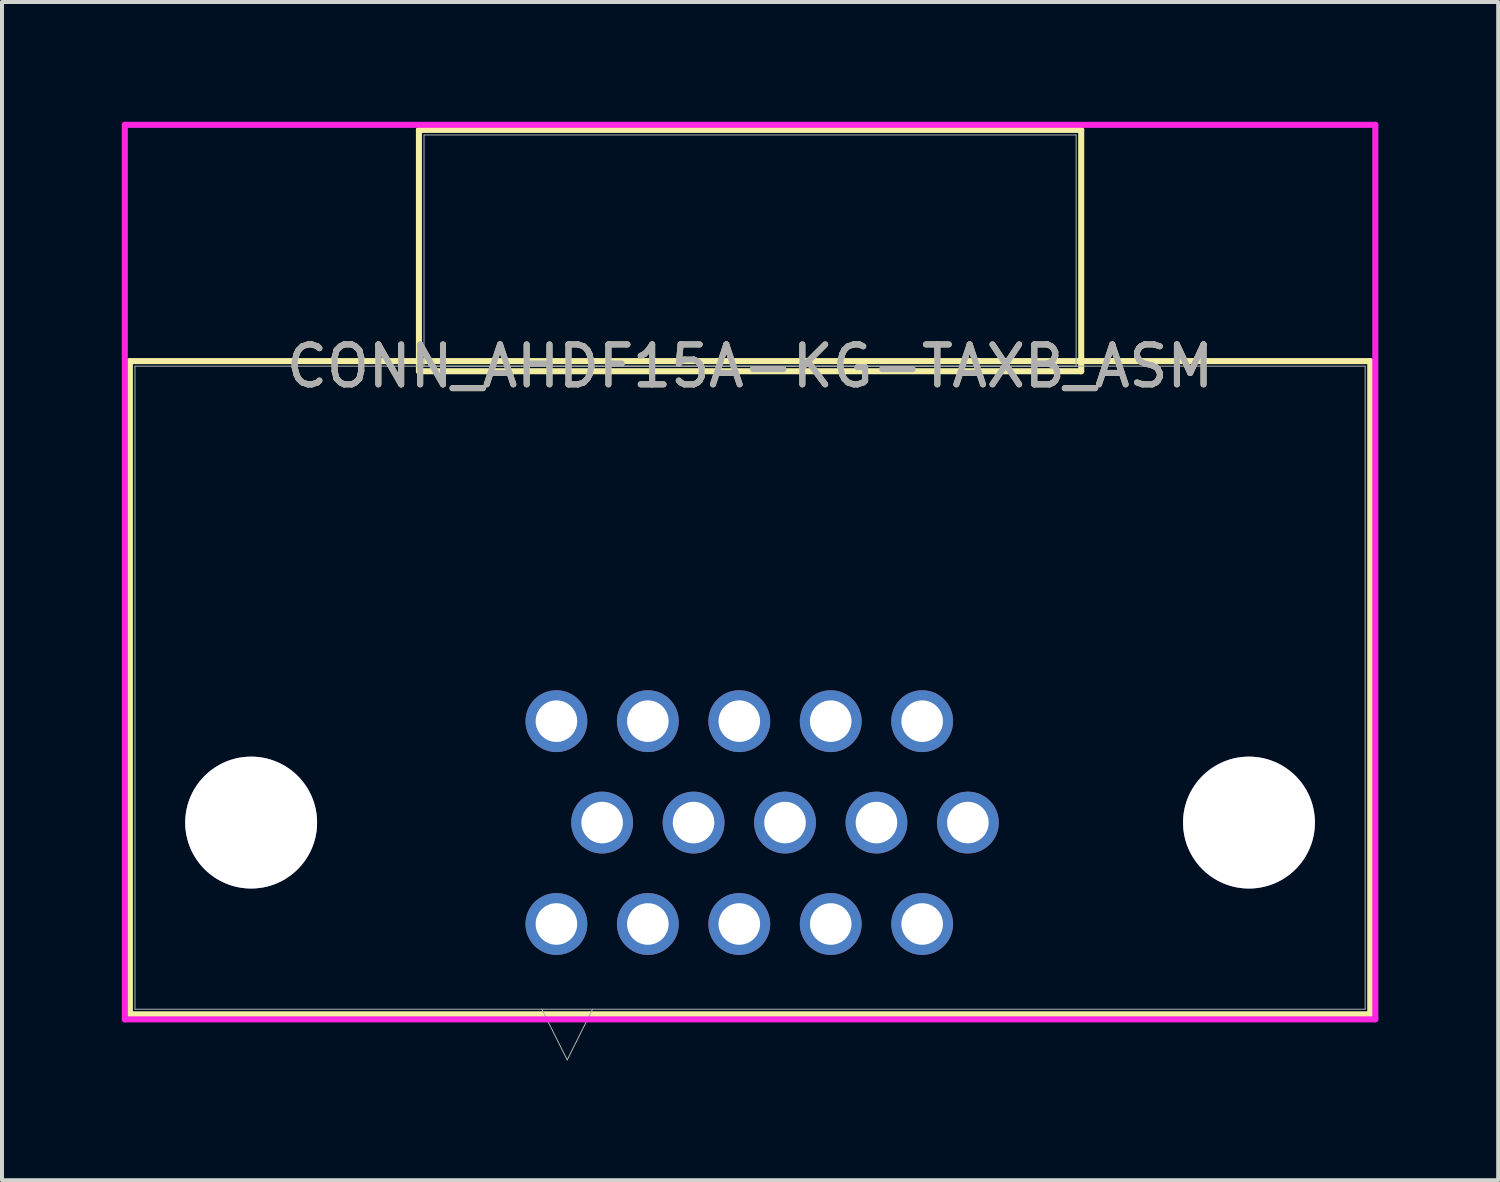
<source format=kicad_pcb>
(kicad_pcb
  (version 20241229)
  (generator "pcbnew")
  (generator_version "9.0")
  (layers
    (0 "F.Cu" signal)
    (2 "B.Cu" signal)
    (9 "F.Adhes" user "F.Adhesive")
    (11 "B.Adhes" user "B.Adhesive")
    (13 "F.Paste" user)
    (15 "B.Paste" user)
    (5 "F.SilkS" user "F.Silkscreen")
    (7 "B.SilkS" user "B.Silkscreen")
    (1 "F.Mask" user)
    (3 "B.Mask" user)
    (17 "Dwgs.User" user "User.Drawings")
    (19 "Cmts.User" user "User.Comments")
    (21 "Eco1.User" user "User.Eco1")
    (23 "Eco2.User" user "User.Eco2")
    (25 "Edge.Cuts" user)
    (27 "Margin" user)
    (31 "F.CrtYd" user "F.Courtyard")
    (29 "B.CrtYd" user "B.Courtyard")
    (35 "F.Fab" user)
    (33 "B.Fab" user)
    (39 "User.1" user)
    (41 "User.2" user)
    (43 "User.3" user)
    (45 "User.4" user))
  (footprint "CONN_AHDF15A-KG-TAXB_ASM"
    (layer "F.Cu")
    (at 15.735 6.121)
    (property "Reference" "CONN_AHDF15A-KG-TAXB_ASM" (at 0 0 0) (unlocked yes) (layer "F.SilkS") (effects (font (size 1 1) (thickness 0.15))))
    (attr through_hole)
    (fp_line (start -15.532 -0.127) (end -15.532 16.231) (stroke (width 0.152) (type solid)) (layer "F.SilkS"))
    (fp_line (start -15.532 16.231) (end 15.532 16.231) (stroke (width 0.152) (type solid)) (layer "F.SilkS"))
    (fp_line (start -8.293 -5.918) (end -8.293 0.127) (stroke (width 0.152) (type solid)) (layer "F.SilkS"))
    (fp_line (start -8.293 0.127) (end 8.293 0.127) (stroke (width 0.152) (type solid)) (layer "F.SilkS"))
    (fp_line (start 8.293 -5.918) (end -8.293 -5.918) (stroke (width 0.152) (type solid)) (layer "F.SilkS"))
    (fp_line (start 8.293 0.127) (end 8.293 -5.918) (stroke (width 0.152) (type solid)) (layer "F.SilkS"))
    (fp_line (start 15.532 -0.127) (end -15.532 -0.127) (stroke (width 0.152) (type solid)) (layer "F.SilkS"))
    (fp_line (start 15.532 16.231) (end 15.532 -0.127) (stroke (width 0.152) (type solid)) (layer "F.SilkS"))
    (fp_line (start -15.659 -6.045) (end -15.659 16.358) (stroke (width 0.152) (type solid)) (layer "F.CrtYd"))
    (fp_line (start -15.659 16.358) (end 15.659 16.358) (stroke (width 0.152) (type solid)) (layer "F.CrtYd"))
    (fp_line (start 15.659 -6.045) (end -15.659 -6.045) (stroke (width 0.152) (type solid)) (layer "F.CrtYd"))
    (fp_line (start 15.659 16.358) (end 15.659 -6.045) (stroke (width 0.152) (type solid)) (layer "F.CrtYd"))
    (fp_line (start -15.405 0) (end -15.405 16.104) (stroke (width 0.025) (type solid)) (layer "F.Fab"))
    (fp_line (start -15.405 16.104) (end 15.405 16.104) (stroke (width 0.025) (type solid)) (layer "F.Fab"))
    (fp_line (start -8.166 -5.791) (end -8.166 0) (stroke (width 0.025) (type solid)) (layer "F.Fab"))
    (fp_line (start -8.166 0) (end 8.166 0) (stroke (width 0.025) (type solid)) (layer "F.Fab"))
    (fp_line (start -5.215 16.104) (end -4.58 17.374) (stroke (width 0.025) (type solid)) (layer "F.Fab"))
    (fp_line (start -3.945 16.104) (end -4.58 17.374) (stroke (width 0.025) (type solid)) (layer "F.Fab"))
    (fp_line (start 8.166 -5.791) (end -8.166 -5.791) (stroke (width 0.025) (type solid)) (layer "F.Fab"))
    (fp_line (start 8.166 0) (end 8.166 -5.791) (stroke (width 0.025) (type solid)) (layer "F.Fab"))
    (fp_line (start 15.405 0) (end -15.405 0) (stroke (width 0.025) (type solid)) (layer "F.Fab"))
    (fp_line (start 15.405 16.104) (end 15.405 0) (stroke (width 0.025) (type solid)) (layer "F.Fab"))
    (fp_text user "${REFERENCE}" (at 0 0 0) (unlocked yes) (layer "F.Fab") (effects (font (size 1 1) (thickness 0.15))))
    (pad "1" thru_hole circle (at -4.85 13.97) (size 1.549 1.549) (drill 1.041) (layers "*.Cu" "*.Mask"))
    (pad "2" thru_hole circle (at -2.56 13.97) (size 1.549 1.549) (drill 1.041) (layers "*.Cu" "*.Mask"))
    (pad "3" thru_hole circle (at -0.27 13.97) (size 1.549 1.549) (drill 1.041) (layers "*.Cu" "*.Mask"))
    (pad "4" thru_hole circle (at 2.02 13.97) (size 1.549 1.549) (drill 1.041) (layers "*.Cu" "*.Mask"))
    (pad "5" thru_hole circle (at 4.31 13.97) (size 1.549 1.549) (drill 1.041) (layers "*.Cu" "*.Mask"))
    (pad "6" thru_hole circle (at -3.705 11.43) (size 1.549 1.549) (drill 1.041) (layers "*.Cu" "*.Mask"))
    (pad "7" thru_hole circle (at -1.415 11.43) (size 1.549 1.549) (drill 1.041) (layers "*.Cu" "*.Mask"))
    (pad "8" thru_hole circle (at 0.875 11.43) (size 1.549 1.549) (drill 1.041) (layers "*.Cu" "*.Mask"))
    (pad "9" thru_hole circle (at 3.165 11.43) (size 1.549 1.549) (drill 1.041) (layers "*.Cu" "*.Mask"))
    (pad "10" thru_hole circle (at 5.455 11.43) (size 1.549 1.549) (drill 1.041) (layers "*.Cu" "*.Mask"))
    (pad "11" thru_hole circle (at -4.85 8.89) (size 1.549 1.549) (drill 1.041) (layers "*.Cu" "*.Mask"))
    (pad "12" thru_hole circle (at -2.56 8.89) (size 1.549 1.549) (drill 1.041) (layers "*.Cu" "*.Mask"))
    (pad "13" thru_hole circle (at -0.27 8.89) (size 1.549 1.549) (drill 1.041) (layers "*.Cu" "*.Mask"))
    (pad "14" thru_hole circle (at 2.02 8.89) (size 1.549 1.549) (drill 1.041) (layers "*.Cu" "*.Mask"))
    (pad "15" thru_hole circle (at 4.31 8.89) (size 1.549 1.549) (drill 1.041) (layers "*.Cu" "*.Mask"))
    (pad "None" thru_hole circle (at -12.495 11.43) (size 3.302 3.302) (drill 3.302) (layers "*.Cu" "*.Mask"))
    (pad "None" thru_hole circle (at 12.495 11.43) (size 3.302 3.302) (drill 3.302) (layers "*.Cu" "*.Mask")))
  (gr_rect
    (start -3 -3)
    (end 34.471 26.508)
    (stroke (width 0.1) (type default))
    (fill no)
    (layer "Edge.Cuts")))
</source>
